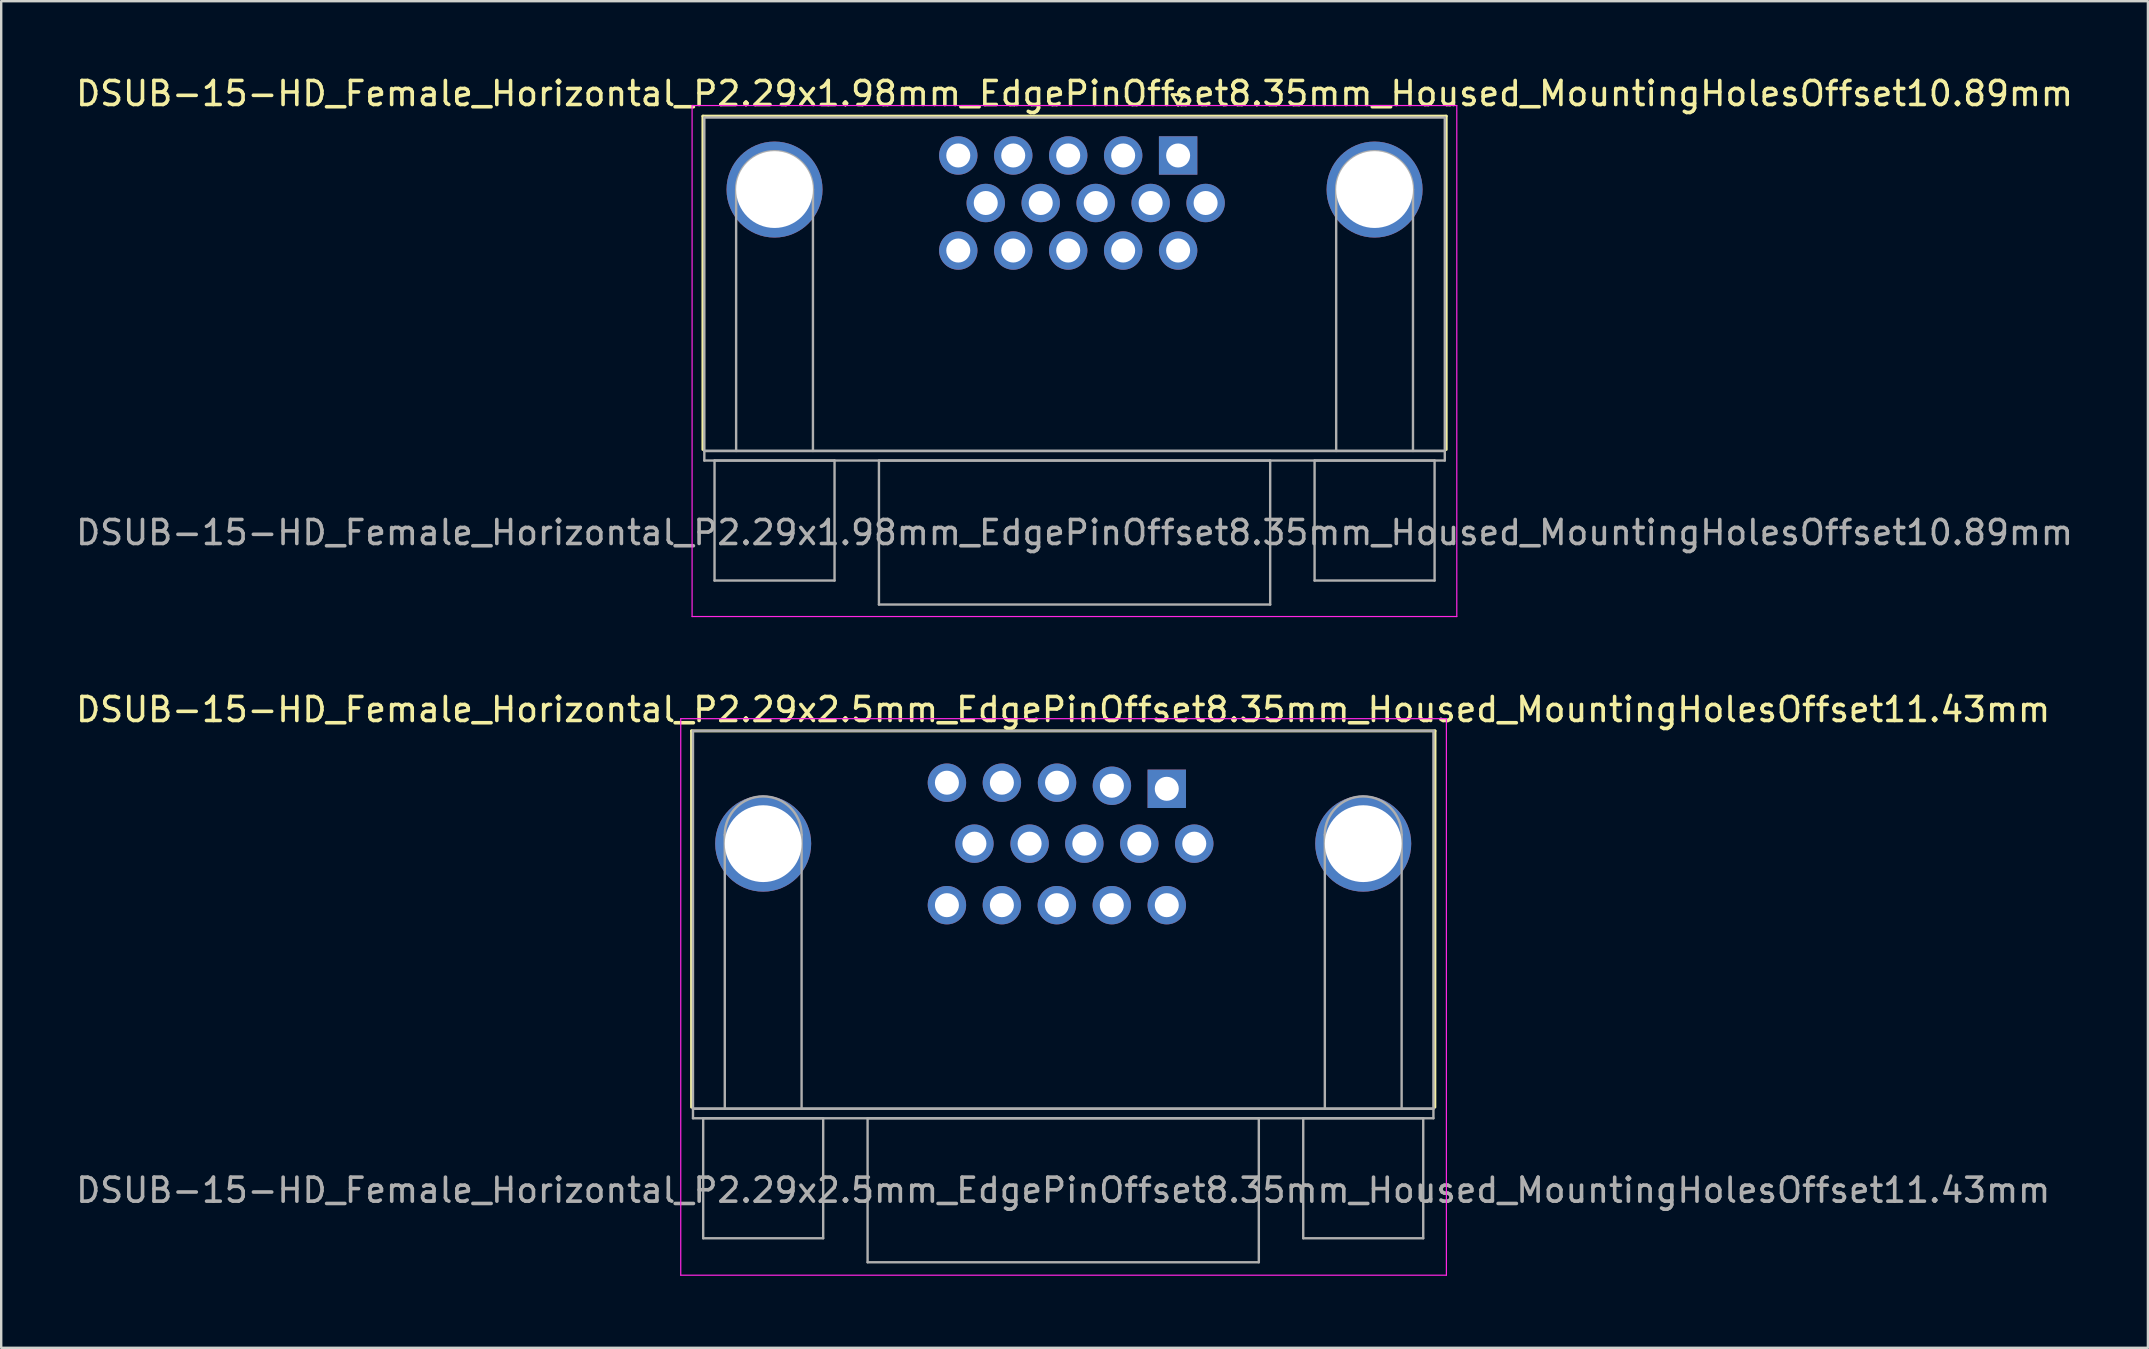
<source format=kicad_pcb>
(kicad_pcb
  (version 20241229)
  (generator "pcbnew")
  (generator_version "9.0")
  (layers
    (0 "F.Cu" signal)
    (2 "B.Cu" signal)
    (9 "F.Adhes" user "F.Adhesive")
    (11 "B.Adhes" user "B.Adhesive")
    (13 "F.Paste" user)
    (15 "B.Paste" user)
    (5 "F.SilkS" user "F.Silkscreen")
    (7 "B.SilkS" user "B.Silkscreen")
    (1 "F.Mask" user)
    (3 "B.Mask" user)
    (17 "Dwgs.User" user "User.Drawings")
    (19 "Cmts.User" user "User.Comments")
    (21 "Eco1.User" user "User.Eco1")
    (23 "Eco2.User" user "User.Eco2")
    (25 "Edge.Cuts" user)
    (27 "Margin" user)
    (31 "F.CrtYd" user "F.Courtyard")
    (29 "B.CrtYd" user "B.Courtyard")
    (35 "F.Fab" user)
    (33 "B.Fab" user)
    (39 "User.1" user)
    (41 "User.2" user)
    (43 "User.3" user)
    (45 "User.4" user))
  (footprint "DSUB-15-HD_Female_Horizontal_P2.29x2.5mm_EdgePinOffset8.35mm_Housed_MountingHolesOffset11.43mm"
    (layer "F.Cu")
    (at 45.562 29.814)
    (property "Reference" "DSUB-15-HD_Female_Horizontal_P2.29x2.5mm_EdgePinOffset8.35mm_Housed_MountingHolesOffset11.43mm" (at -4.318 -3.302 0) (layer "F.SilkS") (effects (font (size 1 1) (thickness 0.15))))
    (attr through_hole)
    (fp_line (start -19.8 -2.413) (end 11.176 -2.413) (stroke (width 0.12) (type solid)) (layer "F.SilkS"))
    (fp_line (start -19.8 13.266) (end -19.8 -2.413) (stroke (width 0.12) (type solid)) (layer "F.SilkS"))
    (fp_line (start 11.176 -2.413) (end 11.17 13.266) (stroke (width 0.12) (type solid)) (layer "F.SilkS"))
    (fp_line (start -20.25 -2.921) (end -20.25 20.266) (stroke (width 0.05) (type solid)) (layer "F.CrtYd"))
    (fp_line (start -20.25 20.266) (end 11.65 20.266) (stroke (width 0.05) (type solid)) (layer "F.CrtYd"))
    (fp_line (start 11.65 -2.921) (end -20.25 -2.921) (stroke (width 0.05) (type solid)) (layer "F.CrtYd"))
    (fp_line (start 11.65 20.266) (end 11.65 -2.921) (stroke (width 0.05) (type solid)) (layer "F.CrtYd"))
    (fp_line (start -19.74 -2.413) (end -19.74 13.326) (stroke (width 0.1) (type solid)) (layer "F.Fab"))
    (fp_line (start -19.74 13.326) (end -19.74 13.726) (stroke (width 0.1) (type solid)) (layer "F.Fab"))
    (fp_line (start -19.74 13.326) (end 11.11 13.326) (stroke (width 0.1) (type solid)) (layer "F.Fab"))
    (fp_line (start -19.74 13.726) (end 11.11 13.726) (stroke (width 0.1) (type solid)) (layer "F.Fab"))
    (fp_line (start -19.315 13.726) (end -19.315 18.726) (stroke (width 0.1) (type solid)) (layer "F.Fab"))
    (fp_line (start -19.315 18.726) (end -14.315 18.726) (stroke (width 0.1) (type solid)) (layer "F.Fab"))
    (fp_line (start -18.415 13.326) (end -18.415 1.916) (stroke (width 0.1) (type solid)) (layer "F.Fab"))
    (fp_line (start -15.215 13.326) (end -15.215 1.916) (stroke (width 0.1) (type solid)) (layer "F.Fab"))
    (fp_line (start -14.315 13.726) (end -19.315 13.726) (stroke (width 0.1) (type solid)) (layer "F.Fab"))
    (fp_line (start -14.315 18.726) (end -14.315 13.726) (stroke (width 0.1) (type solid)) (layer "F.Fab"))
    (fp_line (start -12.465 13.726) (end -12.465 19.726) (stroke (width 0.1) (type solid)) (layer "F.Fab"))
    (fp_line (start -12.465 19.726) (end 3.835 19.726) (stroke (width 0.1) (type solid)) (layer "F.Fab"))
    (fp_line (start 3.835 13.726) (end -12.465 13.726) (stroke (width 0.1) (type solid)) (layer "F.Fab"))
    (fp_line (start 3.835 19.726) (end 3.835 13.726) (stroke (width 0.1) (type solid)) (layer "F.Fab"))
    (fp_line (start 5.685 13.726) (end 5.685 18.726) (stroke (width 0.1) (type solid)) (layer "F.Fab"))
    (fp_line (start 5.685 18.726) (end 10.685 18.726) (stroke (width 0.1) (type solid)) (layer "F.Fab"))
    (fp_line (start 6.585 13.326) (end 6.585 1.916) (stroke (width 0.1) (type solid)) (layer "F.Fab"))
    (fp_line (start 9.785 13.326) (end 9.785 1.916) (stroke (width 0.1) (type solid)) (layer "F.Fab"))
    (fp_line (start 10.685 13.726) (end 5.685 13.726) (stroke (width 0.1) (type solid)) (layer "F.Fab"))
    (fp_line (start 10.685 18.726) (end 10.685 13.726) (stroke (width 0.1) (type solid)) (layer "F.Fab"))
    (fp_line (start 11.11 -2.413) (end -19.74 -2.413) (stroke (width 0.1) (type solid)) (layer "F.Fab"))
    (fp_line (start 11.11 13.326) (end -19.74 13.326) (stroke (width 0.1) (type solid)) (layer "F.Fab"))
    (fp_line (start 11.11 13.326) (end 11.11 -2.413) (stroke (width 0.1) (type solid)) (layer "F.Fab"))
    (fp_line (start 11.11 13.726) (end 11.11 13.326) (stroke (width 0.1) (type solid)) (layer "F.Fab"))
    (fp_arc (start -18.415 1.916) (mid -16.815 0.316) (end -15.215 1.916) (stroke (width 0.1) (type solid)) (layer "F.Fab"))
    (fp_arc (start 6.585 1.916) (mid 8.185 0.316) (end 9.785 1.916) (stroke (width 0.1) (type solid)) (layer "F.Fab"))
    (fp_text user "${REFERENCE}" (at -4.315 16.726 0) (layer "F.Fab") (effects (font (size 1 1) (thickness 0.15))))
    (pad "0" thru_hole circle (at -16.815 2.286) (size 4 4) (drill 3.2) (layers "*.Cu" "*.Mask"))
    (pad "0" thru_hole circle (at 8.185 2.286) (size 4 4) (drill 3.2) (layers "*.Cu" "*.Mask"))
    (pad "1" thru_hole rect (at 0 0) (size 1.6 1.6) (drill 1) (layers "*.Cu" "*.Mask"))
    (pad "2" thru_hole circle (at -2.286 -0.127) (size 1.6 1.6) (drill 1) (layers "*.Cu" "*.Mask"))
    (pad "3" thru_hole circle (at -4.572 -0.254) (size 1.6 1.6) (drill 1) (layers "*.Cu" "*.Mask"))
    (pad "4" thru_hole circle (at -6.87 -0.254) (size 1.6 1.6) (drill 1) (layers "*.Cu" "*.Mask"))
    (pad "5" thru_hole circle (at -9.16 -0.254) (size 1.6 1.6) (drill 1) (layers "*.Cu" "*.Mask"))
    (pad "6" thru_hole circle (at 1.145 2.286) (size 1.6 1.6) (drill 1) (layers "*.Cu" "*.Mask"))
    (pad "7" thru_hole circle (at -1.145 2.286) (size 1.6 1.6) (drill 1) (layers "*.Cu" "*.Mask"))
    (pad "8" thru_hole circle (at -3.435 2.286) (size 1.6 1.6) (drill 1) (layers "*.Cu" "*.Mask"))
    (pad "9" thru_hole circle (at -5.715 2.286) (size 1.6 1.6) (drill 1) (layers "*.Cu" "*.Mask"))
    (pad "10" thru_hole circle (at -8.015 2.286) (size 1.6 1.6) (drill 1) (layers "*.Cu" "*.Mask"))
    (pad "11" thru_hole circle (at 0 4.849) (size 1.6 1.6) (drill 1) (layers "*.Cu" "*.Mask"))
    (pad "12" thru_hole circle (at -2.29 4.849) (size 1.6 1.6) (drill 1) (layers "*.Cu" "*.Mask"))
    (pad "13" thru_hole circle (at -4.58 4.849) (size 1.6 1.6) (drill 1) (layers "*.Cu" "*.Mask"))
    (pad "14" thru_hole circle (at -6.87 4.849) (size 1.6 1.6) (drill 1) (layers "*.Cu" "*.Mask"))
    (pad "15" thru_hole circle (at -9.16 4.849) (size 1.6 1.6) (drill 1) (layers "*.Cu" "*.Mask")))
  (footprint "DSUB-15-HD_Female_Horizontal_P2.29x1.98mm_EdgePinOffset8.35mm_Housed_MountingHolesOffset10.89mm"
    (layer "F.Cu")
    (at 46.035 3.428)
    (property "Reference" "DSUB-15-HD_Female_Horizontal_P2.29x1.98mm_EdgePinOffset8.35mm_Housed_MountingHolesOffset10.89mm" (at -4.315 -2.58 0) (layer "F.SilkS") (effects (font (size 1 1) (thickness 0.15))))
    (attr through_hole)
    (fp_line (start -19.8 -1.64) (end 11.17 -1.64) (stroke (width 0.12) (type solid)) (layer "F.SilkS"))
    (fp_line (start -19.8 12.25) (end -19.8 -1.64) (stroke (width 0.12) (type solid)) (layer "F.SilkS"))
    (fp_line (start -0.25 -2.534) (end 0.25 -2.534) (stroke (width 0.12) (type solid)) (layer "F.SilkS"))
    (fp_line (start 0 -2.101) (end -0.25 -2.534) (stroke (width 0.12) (type solid)) (layer "F.SilkS"))
    (fp_line (start 0.25 -2.534) (end 0 -2.101) (stroke (width 0.12) (type solid)) (layer "F.SilkS"))
    (fp_line (start 11.17 -1.64) (end 11.17 12.25) (stroke (width 0.12) (type solid)) (layer "F.SilkS"))
    (fp_line (start -20.25 -2.08) (end -20.25 19.21) (stroke (width 0.05) (type solid)) (layer "F.CrtYd"))
    (fp_line (start -20.25 19.21) (end 11.61 19.21) (stroke (width 0.05) (type solid)) (layer "F.CrtYd"))
    (fp_line (start 11.61 -2.08) (end -20.25 -2.08) (stroke (width 0.05) (type solid)) (layer "F.CrtYd"))
    (fp_line (start 11.61 19.21) (end 11.61 -2.08) (stroke (width 0.05) (type solid)) (layer "F.CrtYd"))
    (fp_line (start -19.74 -1.58) (end -19.74 12.31) (stroke (width 0.1) (type solid)) (layer "F.Fab"))
    (fp_line (start -19.74 12.31) (end -19.74 12.71) (stroke (width 0.1) (type solid)) (layer "F.Fab"))
    (fp_line (start -19.74 12.31) (end 11.11 12.31) (stroke (width 0.1) (type solid)) (layer "F.Fab"))
    (fp_line (start -19.74 12.71) (end 11.11 12.71) (stroke (width 0.1) (type solid)) (layer "F.Fab"))
    (fp_line (start -19.315 12.71) (end -19.315 17.71) (stroke (width 0.1) (type solid)) (layer "F.Fab"))
    (fp_line (start -19.315 17.71) (end -14.315 17.71) (stroke (width 0.1) (type solid)) (layer "F.Fab"))
    (fp_line (start -18.415 12.31) (end -18.415 1.42) (stroke (width 0.1) (type solid)) (layer "F.Fab"))
    (fp_line (start -15.215 12.31) (end -15.215 1.42) (stroke (width 0.1) (type solid)) (layer "F.Fab"))
    (fp_line (start -14.315 12.71) (end -19.315 12.71) (stroke (width 0.1) (type solid)) (layer "F.Fab"))
    (fp_line (start -14.315 17.71) (end -14.315 12.71) (stroke (width 0.1) (type solid)) (layer "F.Fab"))
    (fp_line (start -12.465 12.71) (end -12.465 18.71) (stroke (width 0.1) (type solid)) (layer "F.Fab"))
    (fp_line (start -12.465 18.71) (end 3.835 18.71) (stroke (width 0.1) (type solid)) (layer "F.Fab"))
    (fp_line (start 3.835 12.71) (end -12.465 12.71) (stroke (width 0.1) (type solid)) (layer "F.Fab"))
    (fp_line (start 3.835 18.71) (end 3.835 12.71) (stroke (width 0.1) (type solid)) (layer "F.Fab"))
    (fp_line (start 5.685 12.71) (end 5.685 17.71) (stroke (width 0.1) (type solid)) (layer "F.Fab"))
    (fp_line (start 5.685 17.71) (end 10.685 17.71) (stroke (width 0.1) (type solid)) (layer "F.Fab"))
    (fp_line (start 6.585 12.31) (end 6.585 1.42) (stroke (width 0.1) (type solid)) (layer "F.Fab"))
    (fp_line (start 9.785 12.31) (end 9.785 1.42) (stroke (width 0.1) (type solid)) (layer "F.Fab"))
    (fp_line (start 10.685 12.71) (end 5.685 12.71) (stroke (width 0.1) (type solid)) (layer "F.Fab"))
    (fp_line (start 10.685 17.71) (end 10.685 12.71) (stroke (width 0.1) (type solid)) (layer "F.Fab"))
    (fp_line (start 11.11 -1.58) (end -19.74 -1.58) (stroke (width 0.1) (type solid)) (layer "F.Fab"))
    (fp_line (start 11.11 12.31) (end -19.74 12.31) (stroke (width 0.1) (type solid)) (layer "F.Fab"))
    (fp_line (start 11.11 12.31) (end 11.11 -1.58) (stroke (width 0.1) (type solid)) (layer "F.Fab"))
    (fp_line (start 11.11 12.71) (end 11.11 12.31) (stroke (width 0.1) (type solid)) (layer "F.Fab"))
    (fp_arc (start -18.415 1.42) (mid -16.815 -0.18) (end -15.215 1.42) (stroke (width 0.1) (type solid)) (layer "F.Fab"))
    (fp_arc (start 6.585 1.42) (mid 8.185 -0.18) (end 9.785 1.42) (stroke (width 0.1) (type solid)) (layer "F.Fab"))
    (fp_text user "${REFERENCE}" (at -4.315 15.71 0) (layer "F.Fab") (effects (font (size 1 1) (thickness 0.15))))
    (pad "0" thru_hole circle (at -16.815 1.42) (size 4 4) (drill 3.2) (layers "*.Cu" "*.Mask"))
    (pad "0" thru_hole circle (at 8.185 1.42) (size 4 4) (drill 3.2) (layers "*.Cu" "*.Mask"))
    (pad "1" thru_hole rect (at 0 0) (size 1.6 1.6) (drill 1) (layers "*.Cu" "*.Mask"))
    (pad "2" thru_hole circle (at -2.29 0) (size 1.6 1.6) (drill 1) (layers "*.Cu" "*.Mask"))
    (pad "3" thru_hole circle (at -4.58 0) (size 1.6 1.6) (drill 1) (layers "*.Cu" "*.Mask"))
    (pad "4" thru_hole circle (at -6.87 0) (size 1.6 1.6) (drill 1) (layers "*.Cu" "*.Mask"))
    (pad "5" thru_hole circle (at -9.16 0) (size 1.6 1.6) (drill 1) (layers "*.Cu" "*.Mask"))
    (pad "6" thru_hole circle (at 1.145 1.98) (size 1.6 1.6) (drill 1) (layers "*.Cu" "*.Mask"))
    (pad "7" thru_hole circle (at -1.145 1.98) (size 1.6 1.6) (drill 1) (layers "*.Cu" "*.Mask"))
    (pad "8" thru_hole circle (at -3.435 1.98) (size 1.6 1.6) (drill 1) (layers "*.Cu" "*.Mask"))
    (pad "9" thru_hole circle (at -5.725 1.98) (size 1.6 1.6) (drill 1) (layers "*.Cu" "*.Mask"))
    (pad "10" thru_hole circle (at -8.015 1.98) (size 1.6 1.6) (drill 1) (layers "*.Cu" "*.Mask"))
    (pad "11" thru_hole circle (at 0 3.96) (size 1.6 1.6) (drill 1) (layers "*.Cu" "*.Mask"))
    (pad "12" thru_hole circle (at -2.29 3.96) (size 1.6 1.6) (drill 1) (layers "*.Cu" "*.Mask"))
    (pad "13" thru_hole circle (at -4.58 3.96) (size 1.6 1.6) (drill 1) (layers "*.Cu" "*.Mask"))
    (pad "14" thru_hole circle (at -6.87 3.96) (size 1.6 1.6) (drill 1) (layers "*.Cu" "*.Mask"))
    (pad "15" thru_hole circle (at -9.16 3.96) (size 1.6 1.6) (drill 1) (layers "*.Cu" "*.Mask")))
  (gr_rect
    (start -3 -3)
    (end 86.44 53.105)
    (stroke (width 0.1) (type default))
    (fill no)
    (layer "Edge.Cuts")))
</source>
